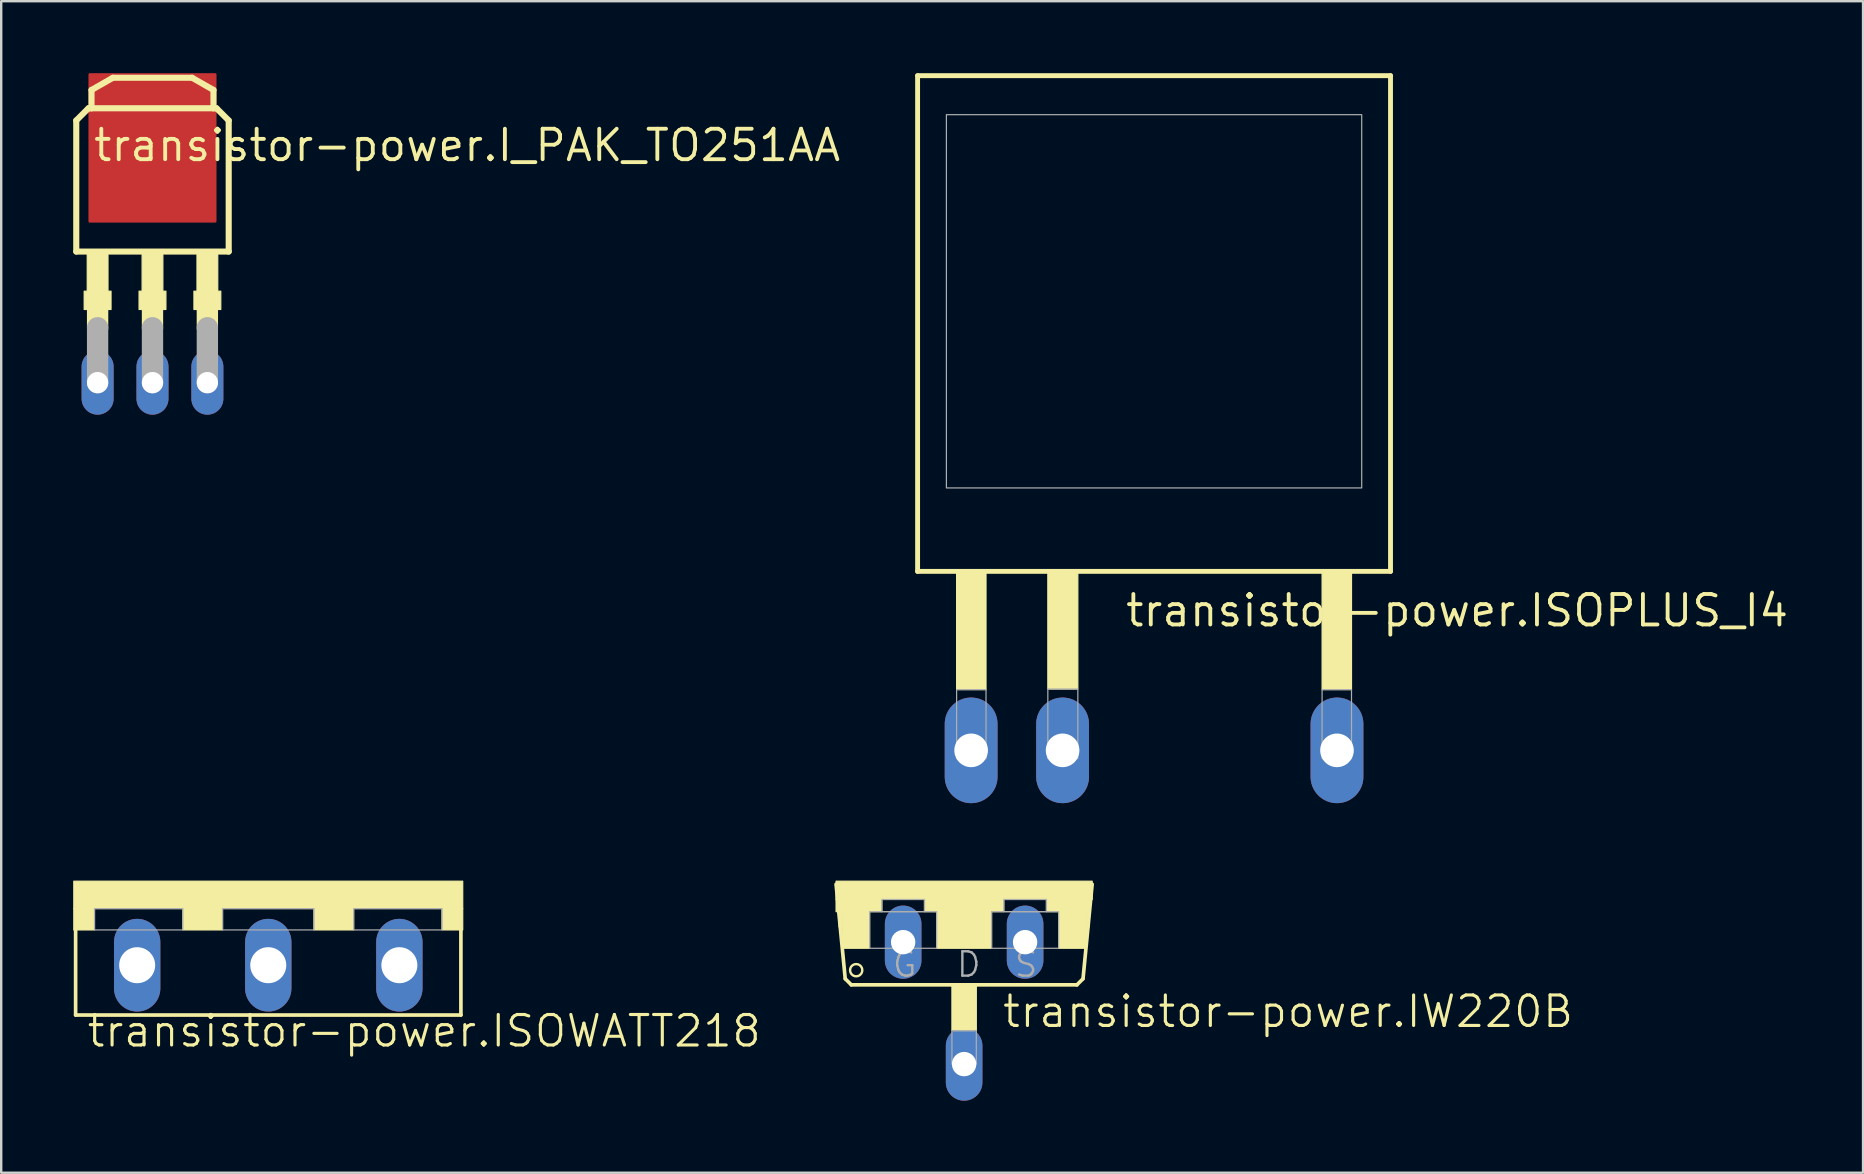
<source format=kicad_pcb>
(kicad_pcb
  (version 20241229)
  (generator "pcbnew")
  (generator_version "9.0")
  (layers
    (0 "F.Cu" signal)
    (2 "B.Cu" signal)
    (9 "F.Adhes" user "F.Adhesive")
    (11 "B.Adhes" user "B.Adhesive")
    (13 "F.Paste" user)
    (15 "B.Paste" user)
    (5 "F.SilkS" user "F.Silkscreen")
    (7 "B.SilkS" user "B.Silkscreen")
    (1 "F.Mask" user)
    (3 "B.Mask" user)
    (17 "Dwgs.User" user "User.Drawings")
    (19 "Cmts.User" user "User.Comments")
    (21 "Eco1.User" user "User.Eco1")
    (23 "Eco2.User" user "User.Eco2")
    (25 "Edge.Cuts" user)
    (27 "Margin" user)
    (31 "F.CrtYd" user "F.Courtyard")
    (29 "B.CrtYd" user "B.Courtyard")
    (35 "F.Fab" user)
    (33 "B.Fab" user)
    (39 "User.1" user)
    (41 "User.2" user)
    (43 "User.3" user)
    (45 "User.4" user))
  (footprint "transistor-power.ISOPLUS_I4"
    (layer "F.Cu")
    (at 45.024 10.427)
    (property "Reference" "transistor-power.ISOPLUS_I4" (at -1.27 12.7 0) (layer "F.SilkS") (effects (font (size 1.27 1.27) (thickness 0.16)) (justify left bottom)))
    (attr through_hole)
    (fp_line (start -9.85 -10.325) (end -9.85 10.325) (stroke (width 0.203) (type default)) (layer "F.SilkS"))
    (fp_line (start -9.85 10.325) (end 9.85 10.325) (stroke (width 0.203) (type default)) (layer "F.SilkS"))
    (fp_line (start 9.85 -10.325) (end -9.85 -10.325) (stroke (width 0.203) (type default)) (layer "F.SilkS"))
    (fp_line (start 9.85 10.325) (end 9.85 -10.325) (stroke (width 0.203) (type default)) (layer "F.SilkS"))
    (fp_rect (start -8.225 15.25) (end -7 10.35) (stroke (width 0.05) (type default)) (fill yes) (layer "F.SilkS"))
    (fp_rect (start -4.425 15.225) (end -3.175 10.35) (stroke (width 0.05) (type default)) (fill yes) (layer "F.SilkS"))
    (fp_rect (start 7 15.25) (end 8.225 10.35) (stroke (width 0.05) (type default)) (fill yes) (layer "F.SilkS"))
    (fp_rect (start -8.65 6.85) (end 8.65 -8.7) (stroke (width 0.05) (type default)) (fill no) (layer "F.Fab"))
    (fp_rect (start -8.225 18.125) (end -7 15.25) (stroke (width 0.05) (type default)) (fill no) (layer "F.Fab"))
    (fp_rect (start -4.425 18.125) (end -3.175 15.225) (stroke (width 0.05) (type default)) (fill no) (layer "F.Fab"))
    (fp_rect (start 7 18.125) (end 8.225 15.25) (stroke (width 0.05) (type default)) (fill no) (layer "F.Fab"))
    (pad "1" thru_hole oval (at -7.62 17.78 90) (size 4.4 2.2) (drill 1.4) (layers "*.Cu" "*.Mask"))
    (pad "2" thru_hole oval (at -3.81 17.78 90) (size 4.4 2.2) (drill 1.4) (layers "*.Cu" "*.Mask"))
    (pad "5" thru_hole oval (at 7.62 17.78 90) (size 4.4 2.2) (drill 1.4) (layers "*.Cu" "*.Mask")))
  (footprint "transistor-power.I_PAK_TO251AA"
    (layer "F.Cu")
    (at 3.302 7.556)
    (property "Reference" "transistor-power.I_PAK_TO251AA" (at -2.54 -3.81 0) (layer "F.SilkS") (effects (font (size 1.27 1.27) (thickness 0.16)) (justify left bottom)))
    (attr smd)
    (fp_line (start -3.175 -5.588) (end -3.175 -0.127) (stroke (width 0.254) (type default)) (layer "F.SilkS"))
    (fp_line (start -3.175 -0.127) (end 3.175 -0.127) (stroke (width 0.254) (type default)) (layer "F.SilkS"))
    (fp_line (start -2.667 -6.096) (end -3.175 -5.588) (stroke (width 0.254) (type default)) (layer "F.SilkS"))
    (fp_line (start -2.54 -6.858) (end -1.651 -7.366) (stroke (width 0.254) (type default)) (layer "F.SilkS"))
    (fp_line (start -2.54 -6.096) (end -2.667 -6.096) (stroke (width 0.254) (type default)) (layer "F.SilkS"))
    (fp_line (start -2.54 -6.096) (end -2.54 -6.858) (stroke (width 0.254) (type default)) (layer "F.SilkS"))
    (fp_line (start -2.286 3.048) (end -2.286 2.286) (stroke (width 0.889) (type default)) (layer "F.SilkS"))
    (fp_line (start -1.651 -7.366) (end 1.651 -7.366) (stroke (width 0.254) (type default)) (layer "F.SilkS"))
    (fp_line (start 0 3.048) (end 0 2.286) (stroke (width 0.889) (type default)) (layer "F.SilkS"))
    (fp_line (start 1.651 -7.366) (end 2.54 -6.858) (stroke (width 0.254) (type default)) (layer "F.SilkS"))
    (fp_line (start 2.286 3.048) (end 2.286 2.286) (stroke (width 0.889) (type default)) (layer "F.SilkS"))
    (fp_line (start 2.54 -6.858) (end 2.54 -6.096) (stroke (width 0.254) (type default)) (layer "F.SilkS"))
    (fp_line (start 2.54 -6.096) (end -2.54 -6.096) (stroke (width 0.254) (type default)) (layer "F.SilkS"))
    (fp_line (start 2.667 -6.096) (end 2.54 -6.096) (stroke (width 0.254) (type default)) (layer "F.SilkS"))
    (fp_line (start 3.175 -5.588) (end 2.667 -6.096) (stroke (width 0.254) (type default)) (layer "F.SilkS"))
    (fp_line (start 3.175 -0.127) (end 3.175 -5.588) (stroke (width 0.254) (type default)) (layer "F.SilkS"))
    (fp_rect (start -2.845 2.286) (end -1.727 1.524) (stroke (width 0.05) (type default)) (fill yes) (layer "F.SilkS"))
    (fp_rect (start -2.718 1.524) (end -1.854 0) (stroke (width 0.05) (type default)) (fill yes) (layer "F.SilkS"))
    (fp_rect (start -0.559 2.286) (end 0.559 1.524) (stroke (width 0.05) (type default)) (fill yes) (layer "F.SilkS"))
    (fp_rect (start -0.432 1.524) (end 0.432 0) (stroke (width 0.05) (type default)) (fill yes) (layer "F.SilkS"))
    (fp_rect (start 1.727 2.286) (end 2.845 1.524) (stroke (width 0.05) (type default)) (fill yes) (layer "F.SilkS"))
    (fp_rect (start 1.854 1.524) (end 2.718 0) (stroke (width 0.05) (type default)) (fill yes) (layer "F.SilkS"))
    (fp_line (start -2.286 5.334) (end -2.286 3.048) (stroke (width 0.889) (type default)) (layer "F.Fab"))
    (fp_line (start 0 5.334) (end 0 3.048) (stroke (width 0.889) (type default)) (layer "F.Fab"))
    (fp_line (start 2.286 5.334) (end 2.286 3.048) (stroke (width 0.889) (type default)) (layer "F.Fab"))
    (pad "1" thru_hole oval (at -2.286 5.334 90) (size 2.667 1.333) (drill 0.889) (layers "*.Cu" "*.Mask"))
    (pad "2" thru_hole oval (at 0 5.334 90) (size 2.667 1.333) (drill 0.889) (layers "*.Cu" "*.Mask"))
    (pad "3" thru_hole oval (at 2.286 5.334 90) (size 2.667 1.333) (drill 0.889) (layers "*.Cu" "*.Mask"))
    (pad "4" smd roundrect (at 0 -4.445) (size 5.334 6.223) (layers "F.Cu" "F.Mask" "F.Paste") (roundrect_rratio 0.01)))
  (footprint "transistor-power.ISOWATT218"
    (layer "F.Cu")
    (at 8.125 33.657)
    (property "Reference" "transistor-power.ISOWATT218" (at -7.62 6.985 0) (layer "F.SilkS") (effects (font (size 1.27 1.27) (thickness 0.13)) (justify left bottom)))
    (attr through_hole)
    (fp_line (start -8.025 5.575) (end -8.025 2) (stroke (width 0.152) (type default)) (layer "F.SilkS"))
    (fp_line (start -8.025 5.575) (end 8.025 5.575) (stroke (width 0.152) (type default)) (layer "F.SilkS"))
    (fp_line (start 8.025 5.575) (end 8.025 1.975) (stroke (width 0.152) (type default)) (layer "F.SilkS"))
    (fp_rect (start -8.1 1.143) (end 8.1 0) (stroke (width 0.05) (type default)) (fill yes) (layer "F.SilkS"))
    (fp_rect (start -8.1 2.032) (end -7.239 1.143) (stroke (width 0.05) (type default)) (fill yes) (layer "F.SilkS"))
    (fp_rect (start -3.556 2.032) (end -1.905 1.143) (stroke (width 0.05) (type default)) (fill yes) (layer "F.SilkS"))
    (fp_rect (start 1.905 2.032) (end 3.556 1.143) (stroke (width 0.05) (type default)) (fill yes) (layer "F.SilkS"))
    (fp_rect (start 7.239 2.032) (end 8.1 1.143) (stroke (width 0.05) (type default)) (fill yes) (layer "F.SilkS"))
    (fp_rect (start -7.239 2.032) (end -3.556 1.143) (stroke (width 0.05) (type default)) (fill no) (layer "F.Fab"))
    (fp_rect (start -1.905 2.032) (end 1.905 1.143) (stroke (width 0.05) (type default)) (fill no) (layer "F.Fab"))
    (fp_rect (start 3.556 2.032) (end 7.239 1.143) (stroke (width 0.05) (type default)) (fill no) (layer "F.Fab"))
    (pad "D" thru_hole oval (at 0 3.5 90) (size 3.861 1.93) (drill 1.5) (layers "*.Cu" "*.Mask"))
    (pad "G" thru_hole oval (at -5.461 3.5 90) (size 3.861 1.93) (drill 1.5) (layers "*.Cu" "*.Mask"))
    (pad "S" thru_hole oval (at 5.461 3.5 90) (size 3.861 1.93) (drill 1.5) (layers "*.Cu" "*.Mask")))
  (footprint "transistor-power.IW220B"
    (layer "F.Cu")
    (at 37.112 33.657)
    (property "Reference" "transistor-power.IW220B" (at 1.524 6.172 0) (layer "F.SilkS") (effects (font (size 1.27 1.27) (thickness 0.13)) (justify left bottom)))
    (attr through_hole)
    (fp_line (start -4.953 4.064) (end -5.334 0.127) (stroke (width 0.152) (type default)) (layer "F.SilkS"))
    (fp_line (start -4.953 4.064) (end -4.699 4.318) (stroke (width 0.152) (type default)) (layer "F.SilkS"))
    (fp_line (start 4.699 4.318) (end -4.699 4.318) (stroke (width 0.152) (type default)) (layer "F.SilkS"))
    (fp_line (start 4.699 4.318) (end 4.953 4.064) (stroke (width 0.152) (type default)) (layer "F.SilkS"))
    (fp_line (start 5.334 0.127) (end 4.953 4.064) (stroke (width 0.152) (type default)) (layer "F.SilkS"))
    (fp_rect (start -5.334 0.762) (end 5.334 0) (stroke (width 0.05) (type default)) (fill yes) (layer "F.SilkS"))
    (fp_rect (start -5.334 1.27) (end -3.429 0.762) (stroke (width 0.05) (type default)) (fill yes) (layer "F.SilkS"))
    (fp_rect (start -5.207 1.905) (end -5.08 1.27) (stroke (width 0.05) (type default)) (fill yes) (layer "F.SilkS"))
    (fp_rect (start -5.08 2.794) (end -3.937 1.27) (stroke (width 0.05) (type default)) (fill yes) (layer "F.SilkS"))
    (fp_rect (start -1.651 1.27) (end 1.651 0.762) (stroke (width 0.05) (type default)) (fill yes) (layer "F.SilkS"))
    (fp_rect (start -1.143 2.794) (end 1.143 1.27) (stroke (width 0.05) (type default)) (fill yes) (layer "F.SilkS"))
    (fp_rect (start -0.508 6.223) (end 0.508 4.318) (stroke (width 0.05) (type default)) (fill yes) (layer "F.SilkS"))
    (fp_rect (start 3.429 1.27) (end 5.207 0.762) (stroke (width 0.05) (type default)) (fill yes) (layer "F.SilkS"))
    (fp_rect (start 3.937 2.794) (end 5.08 1.27) (stroke (width 0.05) (type default)) (fill yes) (layer "F.SilkS"))
    (fp_rect (start 5.08 1.905) (end 5.207 1.27) (stroke (width 0.05) (type default)) (fill yes) (layer "F.SilkS"))
    (fp_circle (center -4.496 3.708) (end -4.242 3.708) (stroke (width 0.1) (type default)) (fill no) (layer "F.SilkS"))
    (fp_rect (start -3.937 2.794) (end -1.143 1.27) (stroke (width 0.05) (type default)) (fill no) (layer "F.Fab"))
    (fp_rect (start -3.429 1.27) (end -1.651 0.762) (stroke (width 0.05) (type default)) (fill no) (layer "F.Fab"))
    (fp_rect (start -0.508 7.62) (end 0.508 6.223) (stroke (width 0.05) (type default)) (fill no) (layer "F.Fab"))
    (fp_rect (start 1.143 2.794) (end 3.937 1.27) (stroke (width 0.05) (type default)) (fill no) (layer "F.Fab"))
    (fp_rect (start 1.651 1.27) (end 3.429 0.762) (stroke (width 0.05) (type default)) (fill no) (layer "F.Fab"))
    (fp_text user "G" (at -3.048 4.064 0) (layer "F.Fab") (effects (font (size 1.016 1.016) (thickness 0.1)) (justify left bottom)))
    (fp_text user "S" (at 2.032 4.064 0) (layer "F.Fab") (effects (font (size 1.016 1.016) (thickness 0.1)) (justify left bottom)))
    (fp_text user "D" (at -0.381 4.064 0) (layer "F.Fab") (effects (font (size 1.016 1.016) (thickness 0.1)) (justify left bottom)))
    (pad "D" thru_hole oval (at 0 7.62 90) (size 3.048 1.524) (drill 1.016) (layers "*.Cu" "*.Mask"))
    (pad "G" thru_hole oval (at -2.54 2.54 90) (size 3.048 1.524) (drill 1.016) (layers "*.Cu" "*.Mask"))
    (pad "S" thru_hole oval (at 2.54 2.54 90) (size 3.048 1.524) (drill 1.016) (layers "*.Cu" "*.Mask")))
  (gr_rect
    (start -3 -3)
    (end 74.558 45.801)
    (stroke (width 0.1) (type default))
    (fill no)
    (layer "Edge.Cuts")))
</source>
